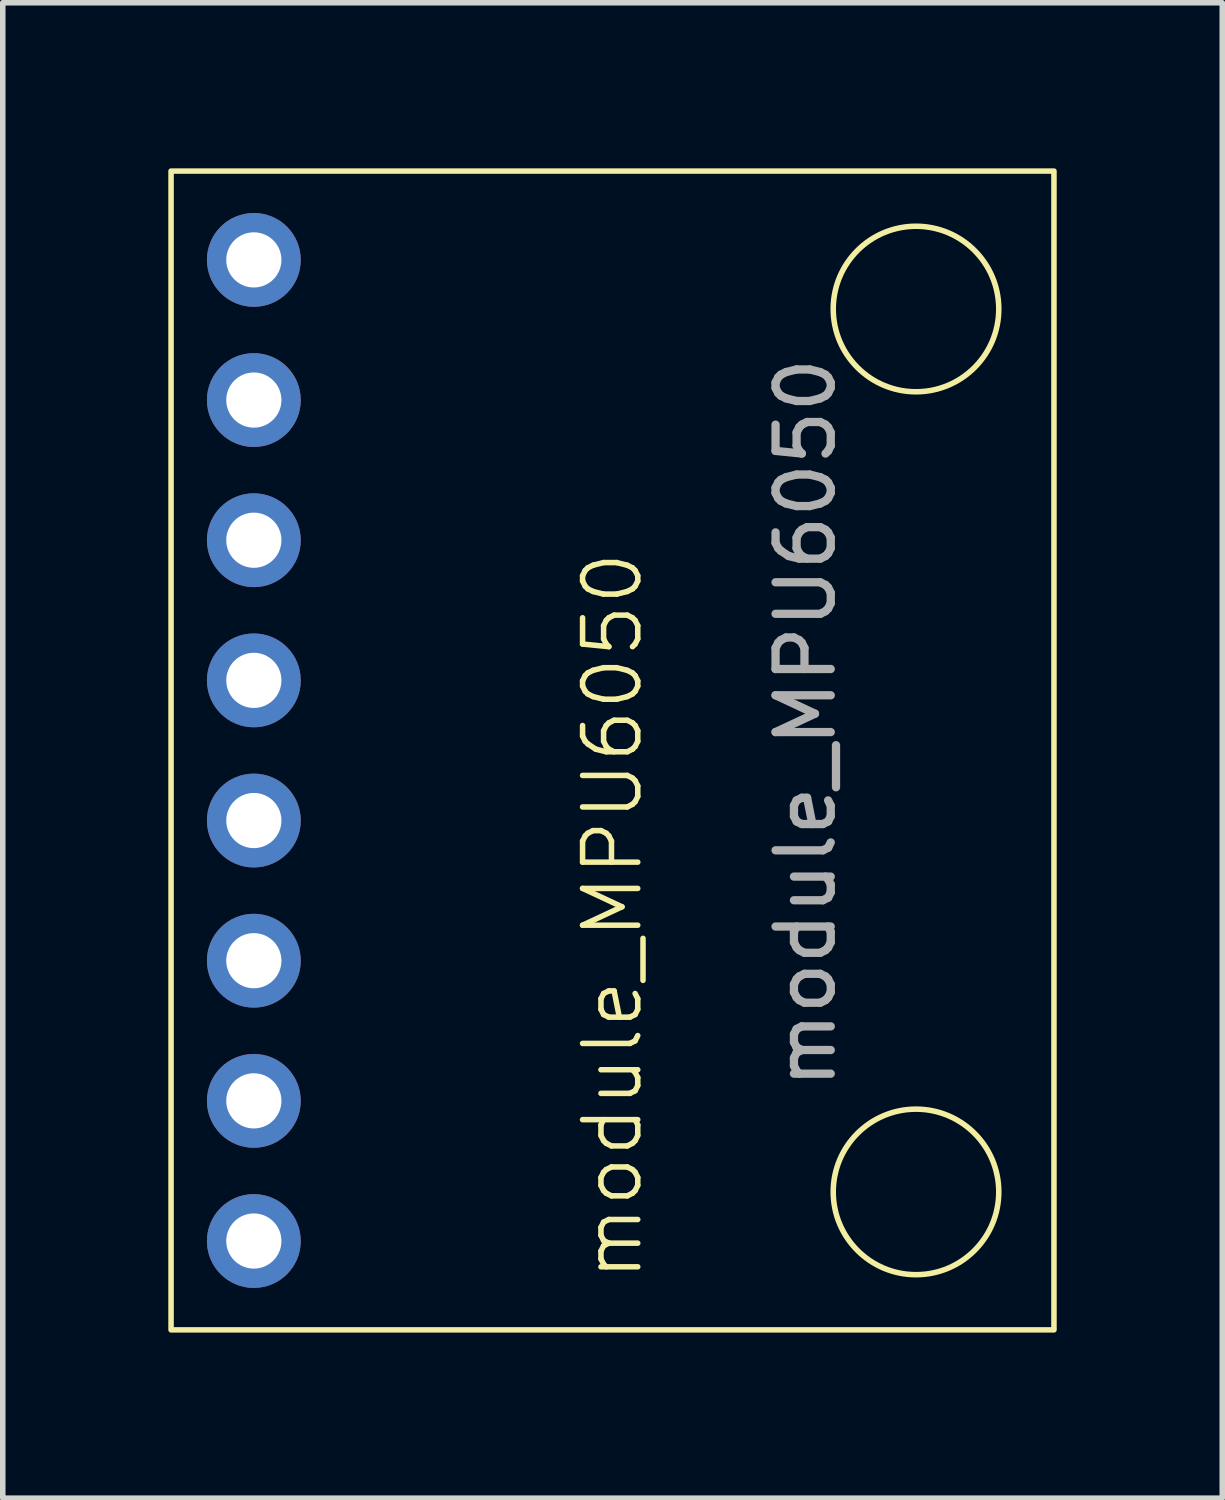
<source format=kicad_pcb>
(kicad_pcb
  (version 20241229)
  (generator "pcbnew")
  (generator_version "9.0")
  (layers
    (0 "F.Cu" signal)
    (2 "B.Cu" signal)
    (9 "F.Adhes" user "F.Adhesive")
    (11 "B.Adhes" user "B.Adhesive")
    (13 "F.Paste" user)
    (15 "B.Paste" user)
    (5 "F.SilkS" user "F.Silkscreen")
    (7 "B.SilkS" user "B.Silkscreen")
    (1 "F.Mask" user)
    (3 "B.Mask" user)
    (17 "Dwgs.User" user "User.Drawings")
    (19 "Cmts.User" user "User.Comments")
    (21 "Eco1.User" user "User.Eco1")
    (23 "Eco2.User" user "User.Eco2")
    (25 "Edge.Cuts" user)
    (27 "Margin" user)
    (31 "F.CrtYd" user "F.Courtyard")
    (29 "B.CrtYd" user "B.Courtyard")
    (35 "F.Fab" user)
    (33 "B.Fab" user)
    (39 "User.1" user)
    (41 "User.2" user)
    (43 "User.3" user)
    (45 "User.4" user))
  (footprint "module_MPU6050"
    (layer "F.Cu")
    (at 9.55 17.05)
    (property "Reference" "module_MPU6050" (at -1.5 -3.5 90) (unlocked yes) (layer "F.SilkS") (effects (font (size 1 1) (thickness 0.1))))
    (attr smd)
    (fp_rect (start -9.5 -17) (end 6.5 4) (stroke (width 0.1) (type solid)) (fill no) (layer "F.SilkS"))
    (fp_circle (center 4 -14.5) (end 5.5 -14.5) (stroke (width 0.1) (type solid)) (fill no) (layer "F.SilkS"))
    (fp_circle (center 4 1.5) (end 5.5 1.5) (stroke (width 0.1) (type solid)) (fill no) (layer "F.SilkS"))
    (fp_text user "${REFERENCE}" (at 2 -7 90) (unlocked yes) (layer "F.Fab") (effects (font (size 1 1) (thickness 0.15))))
    (pad "1" thru_hole circle (at -8 -15.39) (size 1.7 1.7) (drill 1) (layers "*.Cu" "*.Mask"))
    (pad "2" thru_hole circle (at -8 -12.85) (size 1.7 1.7) (drill 1) (layers "*.Cu" "*.Mask"))
    (pad "3" thru_hole circle (at -8 -10.31) (size 1.7 1.7) (drill 1) (layers "*.Cu" "*.Mask"))
    (pad "4" thru_hole circle (at -8 -7.77) (size 1.7 1.7) (drill 1) (layers "*.Cu" "*.Mask"))
    (pad "5" thru_hole circle (at -8 -5.23) (size 1.7 1.7) (drill 1) (layers "*.Cu" "*.Mask"))
    (pad "6" thru_hole circle (at -8 -2.69) (size 1.7 1.7) (drill 1) (layers "*.Cu" "*.Mask"))
    (pad "7" thru_hole circle (at -8 -0.15) (size 1.7 1.7) (drill 1) (layers "*.Cu" "*.Mask"))
    (pad "8" thru_hole circle (at -8 2.39) (size 1.7 1.7) (drill 1) (layers "*.Cu" "*.Mask")))
  (gr_rect
    (start -3 -3)
    (end 19.1 24.1)
    (stroke (width 0.1) (type default))
    (fill no)
    (layer "Edge.Cuts")))
</source>
